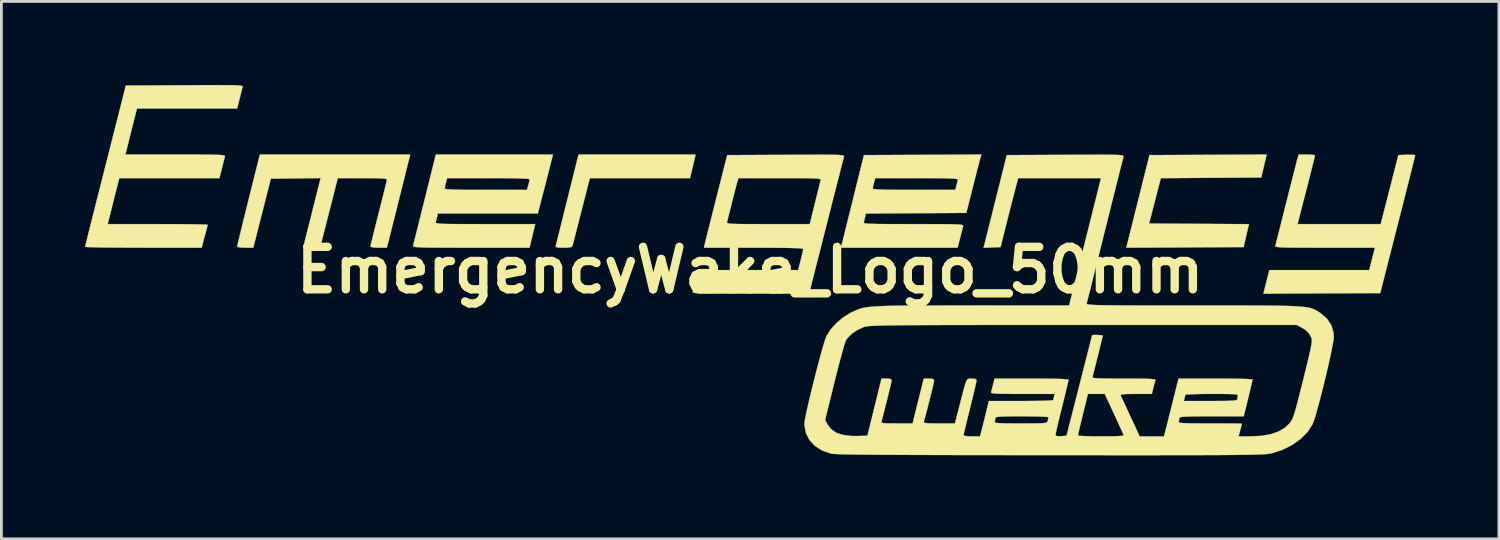
<source format=kicad_pcb>
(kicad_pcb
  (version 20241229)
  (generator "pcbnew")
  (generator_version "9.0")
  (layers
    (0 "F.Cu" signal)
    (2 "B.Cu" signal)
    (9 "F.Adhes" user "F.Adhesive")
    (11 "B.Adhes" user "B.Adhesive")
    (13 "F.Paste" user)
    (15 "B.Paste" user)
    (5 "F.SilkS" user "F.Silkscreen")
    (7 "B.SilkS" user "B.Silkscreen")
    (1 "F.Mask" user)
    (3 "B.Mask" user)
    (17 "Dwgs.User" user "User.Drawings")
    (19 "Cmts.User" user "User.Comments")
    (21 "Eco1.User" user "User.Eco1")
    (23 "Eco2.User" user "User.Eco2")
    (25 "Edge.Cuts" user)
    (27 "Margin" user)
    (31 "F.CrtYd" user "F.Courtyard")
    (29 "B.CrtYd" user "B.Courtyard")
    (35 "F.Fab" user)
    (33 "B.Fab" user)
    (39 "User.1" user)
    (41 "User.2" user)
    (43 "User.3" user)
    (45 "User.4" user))
  (footprint "EmergencyWake_Logo_50mm"
    (layer "F.Cu")
    (at 23.879 6.646)
    (property "Reference" "EmergencyWake_Logo_50mm" (at 0 0 0) (layer "F.SilkS") (effects (font (size 1.524 1.524) (thickness 0.3))))
    (attr through_hole)
    (fp_poly (pts (xy 18.52 -4.054) (xy 18.499 -3.967) (xy 18.466 -3.826) (xy 18.427 -3.66) (xy 18.423 -3.641) (xy 18.349 -3.323) (xy 16.547 -3.312) (xy 14.744 -3.301) (xy 14.533 -2.487) (xy 14.322 -1.672) (xy 16.115 -1.661) (xy 17.908 -1.65) (xy 17.885 -1.555) (xy 17.864 -1.469) (xy 17.831 -1.328) (xy 17.792 -1.162) (xy 17.788 -1.143) (xy 17.714 -0.826) (xy 13.503 -0.804) (xy 13.532 -0.92) (xy 13.549 -0.987) (xy 13.584 -1.126) (xy 13.634 -1.327) (xy 13.698 -1.581) (xy 13.772 -1.877) (xy 13.854 -2.206) (xy 13.942 -2.558) (xy 13.948 -2.582) (xy 14.335 -4.128) (xy 16.439 -4.138) (xy 18.544 -4.149) (xy 18.52 -4.054)) (stroke (width 0.01) (type solid)) (fill yes) (layer "F.SilkS"))
    (fp_poly (pts (xy -2.019 -3.884) (xy -2.058 -3.714) (xy -2.098 -3.551) (xy -2.121 -3.461) (xy -2.162 -3.302) (xy -5.754 -3.302) (xy -5.795 -3.143) (xy -5.817 -3.058) (xy -5.856 -2.905) (xy -5.909 -2.696) (xy -5.973 -2.446) (xy -6.044 -2.167) (xy -6.095 -1.968) (xy -6.167 -1.684) (xy -6.234 -1.425) (xy -6.291 -1.202) (xy -6.336 -1.028) (xy -6.366 -0.915) (xy -6.376 -0.878) (xy -6.402 -0.839) (xy -6.462 -0.816) (xy -6.576 -0.806) (xy -6.696 -0.804) (xy -6.852 -0.807) (xy -6.94 -0.817) (xy -6.976 -0.838) (xy -6.976 -0.876) (xy -6.976 -0.878) (xy -6.962 -0.935) (xy -6.929 -1.064) (xy -6.881 -1.257) (xy -6.82 -1.504) (xy -6.747 -1.795) (xy -6.666 -2.122) (xy -6.578 -2.474) (xy -6.559 -2.551) (xy -6.161 -4.149) (xy -1.959 -4.149) (xy -2.019 -3.884)) (stroke (width 0.01) (type solid)) (fill yes) (layer "F.SilkS"))
    (fp_poly (pts (xy -12.58 -2.635) (xy -12.668 -2.284) (xy -12.751 -1.952) (xy -12.826 -1.652) (xy -12.892 -1.392) (xy -12.944 -1.183) (xy -12.981 -1.037) (xy -13 -0.963) (xy -13.042 -0.804) (xy -13.337 -0.804) (xy -13.496 -0.81) (xy -13.599 -0.827) (xy -13.631 -0.849) (xy -13.621 -0.9) (xy -13.592 -1.022) (xy -13.548 -1.204) (xy -13.49 -1.436) (xy -13.422 -1.706) (xy -13.346 -2.004) (xy -13.335 -2.047) (xy -13.258 -2.348) (xy -13.189 -2.624) (xy -13.129 -2.863) (xy -13.083 -3.054) (xy -13.052 -3.186) (xy -13.039 -3.249) (xy -13.039 -3.252) (xy -13.063 -3.27) (xy -13.141 -3.283) (xy -13.279 -3.293) (xy -13.485 -3.299) (xy -13.765 -3.302) (xy -13.921 -3.302) (xy -14.803 -3.302) (xy -15.433 -0.826) (xy -15.739 -0.813) (xy -15.887 -0.809) (xy -15.995 -0.808) (xy -16.043 -0.812) (xy -16.043 -0.813) (xy -16.033 -0.856) (xy -16.005 -0.97) (xy -15.961 -1.147) (xy -15.904 -1.375) (xy -15.836 -1.644) (xy -15.76 -1.945) (xy -15.73 -2.065) (xy -15.419 -3.304) (xy -16.312 -3.292) (xy -17.206 -3.281) (xy -17.521 -2.043) (xy -17.836 -0.804) (xy -18.125 -0.804) (xy -18.277 -0.81) (xy -18.379 -0.826) (xy -18.415 -0.847) (xy -18.405 -0.896) (xy -18.377 -1.019) (xy -18.332 -1.205) (xy -18.273 -1.446) (xy -18.203 -1.734) (xy -18.122 -2.058) (xy -18.035 -2.41) (xy -18.008 -2.519) (xy -17.6 -4.149) (xy -12.202 -4.149) (xy -12.58 -2.635)) (stroke (width 0.01) (type solid)) (fill yes) (layer "F.SilkS"))
    (fp_poly (pts (xy 20.129 -4.144) (xy 20.234 -4.133) (xy 20.277 -4.118) (xy 20.277 -4.117) (xy 20.267 -4.069) (xy 20.238 -3.95) (xy 20.194 -3.77) (xy 20.135 -3.539) (xy 20.067 -3.268) (xy 19.99 -2.967) (xy 19.964 -2.868) (xy 19.652 -1.651) (xy 22.636 -1.651) (xy 22.953 -2.889) (xy 23.27 -4.128) (xy 23.573 -4.14) (xy 23.72 -4.142) (xy 23.828 -4.135) (xy 23.874 -4.121) (xy 23.874 -4.119) (xy 23.864 -4.073) (xy 23.834 -3.952) (xy 23.787 -3.764) (xy 23.725 -3.515) (xy 23.648 -3.213) (xy 23.56 -2.865) (xy 23.462 -2.479) (xy 23.356 -2.061) (xy 23.246 -1.63) (xy 22.619 0.826) (xy 20.522 0.836) (xy 18.425 0.847) (xy 18.531 0.424) (xy 18.637 0) (xy 22.222 0) (xy 22.263 -0.159) (xy 22.298 -0.292) (xy 22.341 -0.46) (xy 22.366 -0.561) (xy 22.429 -0.804) (xy 20.631 -0.804) (xy 20.193 -0.804) (xy 19.833 -0.805) (xy 19.543 -0.807) (xy 19.315 -0.809) (xy 19.143 -0.814) (xy 19.018 -0.82) (xy 18.934 -0.828) (xy 18.884 -0.838) (xy 18.859 -0.851) (xy 18.853 -0.867) (xy 18.855 -0.878) (xy 18.87 -0.936) (xy 18.903 -1.065) (xy 18.952 -1.257) (xy 19.014 -1.501) (xy 19.086 -1.787) (xy 19.166 -2.106) (xy 19.238 -2.392) (xy 19.324 -2.735) (xy 19.406 -3.058) (xy 19.48 -3.35) (xy 19.544 -3.601) (xy 19.594 -3.799) (xy 19.629 -3.934) (xy 19.644 -3.99) (xy 19.689 -4.149) (xy 19.983 -4.149) (xy 20.129 -4.144)) (stroke (width 0.01) (type solid)) (fill yes) (layer "F.SilkS"))
    (fp_poly (pts (xy -7.305 -3.257) (xy -7.375 -2.983) (xy -7.441 -2.728) (xy -7.499 -2.505) (xy -7.544 -2.33) (xy -7.573 -2.218) (xy -7.579 -2.198) (xy -7.623 -2.032) (xy -11.209 -2.032) (xy -11.237 -1.916) (xy -11.266 -1.801) (xy -11.287 -1.725) (xy -11.288 -1.707) (xy -11.275 -1.692) (xy -11.241 -1.68) (xy -11.178 -1.671) (xy -11.08 -1.664) (xy -10.937 -1.658) (xy -10.744 -1.655) (xy -10.493 -1.653) (xy -10.176 -1.652) (xy -9.787 -1.651) (xy -9.511 -1.651) (xy -7.713 -1.651) (xy -7.789 -1.344) (xy -7.83 -1.176) (xy -7.867 -1.025) (xy -7.891 -0.923) (xy -7.891 -0.921) (xy -7.918 -0.804) (xy -10.018 -0.804) (xy -10.494 -0.804) (xy -10.892 -0.805) (xy -11.219 -0.806) (xy -11.482 -0.808) (xy -11.688 -0.812) (xy -11.843 -0.817) (xy -11.954 -0.823) (xy -12.029 -0.831) (xy -12.073 -0.842) (xy -12.095 -0.855) (xy -12.1 -0.87) (xy -12.098 -0.878) (xy -12.084 -0.935) (xy -12.052 -1.064) (xy -12.004 -1.257) (xy -11.942 -1.504) (xy -11.869 -1.795) (xy -11.788 -2.122) (xy -11.7 -2.474) (xy -11.681 -2.551) (xy -11.586 -2.932) (xy -10.964 -2.932) (xy -10.947 -2.917) (xy -10.889 -2.905) (xy -10.785 -2.896) (xy -10.628 -2.889) (xy -10.411 -2.884) (xy -10.128 -2.88) (xy -9.771 -2.879) (xy -9.489 -2.879) (xy -8.014 -2.879) (xy -7.965 -3.042) (xy -7.934 -3.158) (xy -7.917 -3.242) (xy -7.916 -3.254) (xy -7.943 -3.268) (xy -8.025 -3.279) (xy -8.168 -3.288) (xy -8.377 -3.294) (xy -8.657 -3.299) (xy -9.012 -3.301) (xy -9.396 -3.302) (xy -10.876 -3.302) (xy -10.92 -3.143) (xy -10.949 -3.027) (xy -10.964 -2.942) (xy -10.964 -2.932) (xy -11.586 -2.932) (xy -11.283 -4.149) (xy -7.077 -4.149) (xy -7.305 -3.257)) (stroke (width 0.01) (type solid)) (fill yes) (layer "F.SilkS"))
    (fp_poly (pts (xy 8.273 -4.055) (xy 8.255 -3.988) (xy 8.219 -3.852) (xy 8.169 -3.66) (xy 8.108 -3.424) (xy 8.041 -3.159) (xy 8.002 -3.007) (xy 7.761 -2.053) (xy 5.959 -2.042) (xy 4.158 -2.031) (xy 4.13 -1.915) (xy 4.101 -1.8) (xy 4.08 -1.725) (xy 4.079 -1.707) (xy 4.092 -1.692) (xy 4.126 -1.68) (xy 4.188 -1.671) (xy 4.287 -1.664) (xy 4.429 -1.659) (xy 4.622 -1.655) (xy 4.873 -1.653) (xy 5.189 -1.652) (xy 5.577 -1.651) (xy 5.863 -1.651) (xy 6.302 -1.651) (xy 6.663 -1.65) (xy 6.954 -1.649) (xy 7.182 -1.646) (xy 7.355 -1.642) (xy 7.481 -1.636) (xy 7.565 -1.628) (xy 7.616 -1.618) (xy 7.642 -1.605) (xy 7.649 -1.589) (xy 7.647 -1.577) (xy 7.623 -1.489) (xy 7.591 -1.364) (xy 7.583 -1.333) (xy 7.543 -1.176) (xy 7.5 -1.008) (xy 7.494 -0.984) (xy 7.447 -0.804) (xy 3.258 -0.804) (xy 3.288 -0.921) (xy 3.305 -0.987) (xy 3.34 -1.126) (xy 3.39 -1.328) (xy 3.453 -1.581) (xy 3.527 -1.878) (xy 3.609 -2.207) (xy 3.696 -2.559) (xy 3.702 -2.582) (xy 3.788 -2.932) (xy 4.403 -2.932) (xy 4.42 -2.917) (xy 4.478 -2.905) (xy 4.581 -2.896) (xy 4.738 -2.889) (xy 4.955 -2.884) (xy 5.239 -2.881) (xy 5.596 -2.879) (xy 5.882 -2.879) (xy 7.362 -2.879) (xy 7.406 -3.037) (xy 7.435 -3.154) (xy 7.45 -3.239) (xy 7.45 -3.249) (xy 7.433 -3.264) (xy 7.376 -3.276) (xy 7.272 -3.285) (xy 7.115 -3.292) (xy 6.898 -3.297) (xy 6.615 -3.3) (xy 6.258 -3.302) (xy 5.971 -3.302) (xy 4.491 -3.302) (xy 4.447 -3.143) (xy 4.418 -3.027) (xy 4.403 -2.942) (xy 4.403 -2.932) (xy 3.788 -2.932) (xy 4.085 -4.128) (xy 6.194 -4.138) (xy 8.303 -4.149) (xy 8.273 -4.055)) (stroke (width 0.01) (type solid)) (fill yes) (layer "F.SilkS"))
    (fp_poly (pts (xy -18.837 -6.64) (xy -18.631 -6.638) (xy -18.475 -6.634) (xy -18.363 -6.628) (xy -18.288 -6.62) (xy -18.244 -6.61) (xy -18.222 -6.598) (xy -18.217 -6.582) (xy -18.219 -6.573) (xy -18.243 -6.486) (xy -18.275 -6.359) (xy -18.285 -6.318) (xy -18.326 -6.156) (xy -18.369 -5.991) (xy -18.374 -5.969) (xy -18.418 -5.8) (xy -22.01 -5.8) (xy -22.052 -5.641) (xy -22.076 -5.545) (xy -22.117 -5.386) (xy -22.169 -5.181) (xy -22.227 -4.949) (xy -22.26 -4.815) (xy -22.427 -4.149) (xy -20.63 -4.149) (xy -20.192 -4.149) (xy -19.832 -4.148) (xy -19.542 -4.146) (xy -19.315 -4.144) (xy -19.142 -4.139) (xy -19.018 -4.133) (xy -18.934 -4.125) (xy -18.883 -4.115) (xy -18.859 -4.102) (xy -18.852 -4.086) (xy -18.854 -4.075) (xy -18.878 -3.988) (xy -18.91 -3.862) (xy -18.92 -3.821) (xy -18.961 -3.658) (xy -19.004 -3.493) (xy -19.009 -3.471) (xy -19.053 -3.302) (xy -22.645 -3.302) (xy -22.687 -3.143) (xy -22.711 -3.048) (xy -22.752 -2.888) (xy -22.804 -2.684) (xy -22.862 -2.452) (xy -22.895 -2.318) (xy -23.062 -1.651) (xy -21.268 -1.651) (xy -20.887 -1.65) (xy -20.534 -1.649) (xy -20.217 -1.646) (xy -19.946 -1.643) (xy -19.727 -1.639) (xy -19.571 -1.634) (xy -19.487 -1.629) (xy -19.473 -1.626) (xy -19.484 -1.574) (xy -19.511 -1.468) (xy -19.535 -1.382) (xy -19.581 -1.214) (xy -19.627 -1.044) (xy -19.642 -0.984) (xy -19.688 -0.804) (xy -21.782 -0.804) (xy -22.194 -0.805) (xy -22.579 -0.807) (xy -22.929 -0.81) (xy -23.236 -0.813) (xy -23.492 -0.818) (xy -23.689 -0.823) (xy -23.819 -0.829) (xy -23.873 -0.835) (xy -23.874 -0.836) (xy -23.864 -0.881) (xy -23.834 -1.002) (xy -23.787 -1.192) (xy -23.724 -1.443) (xy -23.647 -1.75) (xy -23.557 -2.106) (xy -23.457 -2.504) (xy -23.347 -2.937) (xy -23.23 -3.399) (xy -23.142 -3.747) (xy -22.412 -6.625) (xy -20.305 -6.636) (xy -19.828 -6.639) (xy -19.429 -6.64) (xy -19.101 -6.641) (xy -18.837 -6.64)) (stroke (width 0.01) (type solid)) (fill yes) (layer "F.SilkS"))
    (fp_poly (pts (xy 2.752 -4.142) (xy 2.958 -4.14) (xy 3.114 -4.136) (xy 3.226 -4.13) (xy 3.301 -4.123) (xy 3.346 -4.112) (xy 3.367 -4.1) (xy 3.372 -4.085) (xy 3.37 -4.075) (xy 3.355 -4.021) (xy 3.322 -3.893) (xy 3.272 -3.698) (xy 3.207 -3.444) (xy 3.129 -3.139) (xy 3.04 -2.79) (xy 2.942 -2.406) (xy 2.837 -1.993) (xy 2.772 -1.736) (xy 2.663 -1.307) (xy 2.559 -0.899) (xy 2.463 -0.52) (xy 2.376 -0.178) (xy 2.3 0.119) (xy 2.238 0.362) (xy 2.192 0.545) (xy 2.163 0.658) (xy 2.155 0.688) (xy 2.113 0.847) (xy 0.017 0.847) (xy -0.459 0.847) (xy -0.857 0.846) (xy -1.183 0.845) (xy -1.446 0.843) (xy -1.651 0.839) (xy -1.806 0.834) (xy -1.917 0.828) (xy -1.991 0.82) (xy -2.035 0.809) (xy -2.056 0.796) (xy -2.06 0.781) (xy -2.059 0.773) (xy -2.035 0.684) (xy -2.003 0.56) (xy -1.995 0.529) (xy -1.955 0.371) (xy -1.912 0.204) (xy -1.906 0.18) (xy -1.859 0) (xy 1.725 0) (xy 1.815 -0.358) (xy 1.856 -0.525) (xy 1.887 -0.662) (xy 1.903 -0.746) (xy 1.905 -0.76) (xy 1.865 -0.773) (xy 1.745 -0.783) (xy 1.545 -0.791) (xy 1.263 -0.798) (xy 0.898 -0.802) (xy 0.45 -0.804) (xy 0.124 -0.804) (xy -1.658 -0.804) (xy -1.632 -0.921) (xy -1.616 -0.987) (xy -1.582 -1.126) (xy -1.532 -1.327) (xy -1.468 -1.581) (xy -1.437 -1.705) (xy -0.832 -1.705) (xy -0.818 -1.69) (xy -0.781 -1.677) (xy -0.714 -1.668) (xy -0.606 -1.661) (xy -0.452 -1.656) (xy -0.242 -1.653) (xy 0.031 -1.652) (xy 0.376 -1.651) (xy 0.644 -1.651) (xy 2.14 -1.651) (xy 2.326 -2.402) (xy 2.386 -2.647) (xy 2.441 -2.867) (xy 2.486 -3.047) (xy 2.517 -3.173) (xy 2.531 -3.228) (xy 2.531 -3.248) (xy 2.517 -3.263) (xy 2.479 -3.276) (xy 2.411 -3.285) (xy 2.302 -3.292) (xy 2.147 -3.297) (xy 1.935 -3.3) (xy 1.66 -3.301) (xy 1.314 -3.302) (xy 1.067 -3.302) (xy -0.417 -3.302) (xy -0.461 -3.164) (xy -0.486 -3.075) (xy -0.527 -2.921) (xy -0.578 -2.723) (xy -0.635 -2.5) (xy -0.656 -2.413) (xy -0.711 -2.191) (xy -0.761 -1.995) (xy -0.8 -1.84) (xy -0.825 -1.744) (xy -0.83 -1.725) (xy -0.832 -1.705) (xy -1.437 -1.705) (xy -1.393 -1.877) (xy -1.311 -2.205) (xy -1.222 -2.557) (xy -1.215 -2.582) (xy -0.824 -4.128) (xy 1.284 -4.138) (xy 1.761 -4.141) (xy 2.16 -4.142) (xy 2.488 -4.143) (xy 2.752 -4.142)) (stroke (width 0.01) (type solid)) (fill yes) (layer "F.SilkS"))
    (fp_poly (pts (xy 12.786 -4.142) (xy 12.992 -4.14) (xy 13.148 -4.136) (xy 13.26 -4.13) (xy 13.334 -4.123) (xy 13.379 -4.112) (xy 13.4 -4.1) (xy 13.405 -4.085) (xy 13.403 -4.075) (xy 13.389 -4.022) (xy 13.357 -3.893) (xy 13.307 -3.698) (xy 13.243 -3.441) (xy 13.165 -3.132) (xy 13.076 -2.776) (xy 12.977 -2.382) (xy 12.871 -1.956) (xy 12.759 -1.506) (xy 12.742 -1.439) (xy 12.629 -0.986) (xy 12.522 -0.557) (xy 12.422 -0.157) (xy 12.332 0.204) (xy 12.252 0.521) (xy 12.186 0.785) (xy 12.134 0.99) (xy 12.099 1.129) (xy 12.082 1.193) (xy 12.082 1.196) (xy 12.081 1.209) (xy 12.091 1.22) (xy 12.117 1.229) (xy 12.163 1.238) (xy 12.235 1.245) (xy 12.338 1.251) (xy 12.477 1.256) (xy 12.657 1.26) (xy 12.883 1.263) (xy 13.16 1.266) (xy 13.493 1.267) (xy 13.888 1.269) (xy 14.349 1.269) (xy 14.881 1.27) (xy 15.489 1.27) (xy 15.906 1.27) (xy 16.59 1.27) (xy 17.195 1.27) (xy 17.726 1.271) (xy 18.188 1.272) (xy 18.588 1.275) (xy 18.93 1.279) (xy 19.22 1.285) (xy 19.462 1.293) (xy 19.664 1.304) (xy 19.829 1.317) (xy 19.964 1.334) (xy 20.074 1.354) (xy 20.164 1.378) (xy 20.239 1.405) (xy 20.306 1.438) (xy 20.368 1.475) (xy 20.433 1.517) (xy 20.478 1.547) (xy 20.707 1.743) (xy 20.863 1.977) (xy 20.943 2.244) (xy 20.954 2.392) (xy 20.943 2.504) (xy 20.912 2.684) (xy 20.865 2.921) (xy 20.805 3.201) (xy 20.735 3.511) (xy 20.658 3.838) (xy 20.577 4.171) (xy 20.495 4.495) (xy 20.416 4.798) (xy 20.341 5.068) (xy 20.276 5.29) (xy 20.222 5.454) (xy 20.192 5.528) (xy 20.014 5.806) (xy 19.765 6.059) (xy 19.457 6.278) (xy 19.103 6.453) (xy 18.764 6.565) (xy 18.722 6.575) (xy 18.678 6.584) (xy 18.627 6.592) (xy 18.566 6.6) (xy 18.49 6.607) (xy 18.397 6.613) (xy 18.281 6.618) (xy 18.14 6.623) (xy 17.97 6.627) (xy 17.767 6.631) (xy 17.526 6.634) (xy 17.245 6.636) (xy 16.92 6.639) (xy 16.546 6.64) (xy 16.12 6.642) (xy 15.638 6.643) (xy 15.097 6.643) (xy 14.492 6.644) (xy 13.82 6.644) (xy 13.077 6.644) (xy 12.259 6.643) (xy 11.362 6.643) (xy 10.778 6.643) (xy 9.783 6.642) (xy 8.87 6.641) (xy 8.036 6.64) (xy 7.277 6.639) (xy 6.591 6.637) (xy 5.974 6.635) (xy 5.423 6.633) (xy 4.936 6.631) (xy 4.509 6.628) (xy 4.14 6.624) (xy 3.825 6.621) (xy 3.561 6.616) (xy 3.345 6.612) (xy 3.174 6.607) (xy 3.046 6.601) (xy 2.956 6.595) (xy 2.902 6.588) (xy 2.895 6.587) (xy 2.583 6.476) (xy 2.326 6.311) (xy 2.131 6.101) (xy 2.003 5.851) (xy 1.949 5.568) (xy 1.947 5.513) (xy 1.958 5.418) (xy 1.965 5.382) (xy 2.691 5.382) (xy 2.774 5.535) (xy 2.908 5.711) (xy 3.094 5.839) (xy 3.337 5.919) (xy 3.645 5.955) (xy 3.851 5.956) (xy 4.209 5.948) (xy 4.715 3.895) (xy 4.898 3.895) (xy 5.022 3.904) (xy 5.076 3.936) (xy 5.08 3.956) (xy 5.07 4.011) (xy 5.043 4.131) (xy 5.003 4.301) (xy 4.953 4.504) (xy 4.898 4.724) (xy 4.843 4.944) (xy 4.79 5.149) (xy 4.745 5.321) (xy 4.715 5.429) (xy 4.712 5.459) (xy 4.734 5.48) (xy 4.793 5.493) (xy 4.901 5.5) (xy 5.071 5.503) (xy 5.263 5.503) (xy 5.832 5.503) (xy 6.032 4.699) (xy 6.233 3.895) (xy 6.419 3.895) (xy 6.538 3.902) (xy 6.594 3.928) (xy 6.604 3.966) (xy 6.594 4.024) (xy 6.566 4.148) (xy 6.526 4.32) (xy 6.476 4.525) (xy 6.42 4.745) (xy 6.364 4.965) (xy 6.311 5.167) (xy 6.266 5.336) (xy 6.239 5.429) (xy 6.237 5.459) (xy 6.258 5.48) (xy 6.317 5.493) (xy 6.425 5.5) (xy 6.594 5.503) (xy 6.785 5.503) (xy 7.353 5.503) (xy 7.535 4.794) (xy 7.61 4.501) (xy 7.668 4.279) (xy 7.713 4.119) (xy 7.751 4.011) (xy 7.785 3.944) (xy 7.822 3.909) (xy 7.864 3.896) (xy 7.918 3.894) (xy 7.958 3.895) (xy 8.075 3.905) (xy 8.124 3.938) (xy 8.128 3.96) (xy 8.118 4.018) (xy 8.09 4.146) (xy 8.047 4.33) (xy 7.992 4.559) (xy 7.929 4.819) (xy 7.895 4.953) (xy 7.828 5.222) (xy 7.769 5.465) (xy 7.72 5.668) (xy 7.684 5.82) (xy 7.665 5.909) (xy 7.662 5.925) (xy 7.702 5.949) (xy 7.81 5.964) (xy 7.957 5.969) (xy 8.251 5.969) (xy 8.289 5.831) (xy 8.314 5.736) (xy 8.353 5.58) (xy 8.383 5.458) (xy 8.779 5.458) (xy 8.801 5.475) (xy 8.857 5.487) (xy 8.955 5.495) (xy 9.106 5.5) (xy 9.319 5.502) (xy 9.604 5.503) (xy 9.706 5.503) (xy 10.013 5.503) (xy 10.246 5.502) (xy 10.416 5.499) (xy 10.533 5.492) (xy 10.607 5.482) (xy 10.649 5.466) (xy 10.671 5.444) (xy 10.682 5.415) (xy 10.684 5.408) (xy 10.704 5.32) (xy 10.71 5.281) (xy 10.67 5.272) (xy 10.557 5.264) (xy 10.383 5.257) (xy 10.16 5.252) (xy 9.901 5.25) (xy 9.758 5.249) (xy 9.444 5.25) (xy 9.205 5.253) (xy 9.031 5.258) (xy 8.914 5.266) (xy 8.844 5.278) (xy 8.811 5.295) (xy 8.805 5.309) (xy 8.79 5.402) (xy 8.78 5.436) (xy 8.779 5.458) (xy 8.383 5.458) (xy 8.401 5.387) (xy 8.448 5.196) (xy 8.569 4.699) (xy 9.724 4.699) (xy 10.027 4.698) (xy 10.3 4.695) (xy 10.533 4.69) (xy 10.715 4.684) (xy 10.834 4.676) (xy 10.88 4.668) (xy 10.88 4.667) (xy 10.891 4.605) (xy 10.906 4.54) (xy 10.932 4.445) (xy 9.781 4.445) (xy 9.439 4.445) (xy 9.172 4.443) (xy 8.972 4.44) (xy 8.83 4.435) (xy 8.735 4.427) (xy 8.68 4.416) (xy 8.654 4.401) (xy 8.65 4.381) (xy 8.652 4.371) (xy 8.675 4.287) (xy 8.708 4.159) (xy 8.724 4.096) (xy 8.773 3.895) (xy 10.102 3.895) (xy 10.533 3.896) (xy 10.88 3.9) (xy 11.143 3.907) (xy 11.321 3.917) (xy 11.414 3.929) (xy 11.43 3.938) (xy 11.42 3.991) (xy 11.392 4.112) (xy 11.35 4.292) (xy 11.295 4.516) (xy 11.231 4.774) (xy 11.197 4.911) (xy 11.13 5.182) (xy 11.07 5.428) (xy 11.021 5.636) (xy 10.986 5.793) (xy 10.967 5.887) (xy 10.964 5.906) (xy 10.982 5.947) (xy 11.046 5.964) (xy 11.161 5.961) (xy 11.358 5.948) (xy 11.361 5.937) (xy 11.768 5.937) (xy 11.808 5.947) (xy 11.921 5.956) (xy 12.092 5.962) (xy 12.31 5.967) (xy 12.56 5.969) (xy 12.599 5.969) (xy 12.894 5.968) (xy 13.114 5.964) (xy 13.267 5.957) (xy 13.36 5.946) (xy 13.403 5.931) (xy 13.407 5.916) (xy 13.383 5.862) (xy 13.33 5.745) (xy 13.253 5.577) (xy 13.158 5.372) (xy 13.058 5.154) (xy 12.73 4.445) (xy 12.126 4.445) (xy 11.946 5.175) (xy 11.888 5.413) (xy 11.838 5.622) (xy 11.799 5.788) (xy 11.775 5.898) (xy 11.768 5.937) (xy 11.361 5.937) (xy 11.816 4.149) (xy 11.912 3.773) (xy 12.001 3.423) (xy 12.081 3.108) (xy 12.15 2.836) (xy 12.206 2.615) (xy 12.247 2.453) (xy 12.271 2.36) (xy 12.276 2.339) (xy 12.314 2.33) (xy 12.403 2.327) (xy 12.512 2.331) (xy 12.607 2.338) (xy 12.656 2.349) (xy 12.658 2.351) (xy 12.648 2.397) (xy 12.622 2.509) (xy 12.582 2.671) (xy 12.535 2.866) (xy 12.482 3.078) (xy 12.429 3.291) (xy 12.379 3.489) (xy 12.337 3.655) (xy 12.306 3.773) (xy 12.293 3.821) (xy 12.291 3.843) (xy 12.306 3.86) (xy 12.348 3.873) (xy 12.424 3.882) (xy 12.545 3.888) (xy 12.719 3.892) (xy 12.956 3.894) (xy 13.265 3.895) (xy 13.421 3.895) (xy 13.776 3.895) (xy 14.054 3.898) (xy 14.263 3.903) (xy 14.409 3.91) (xy 14.501 3.92) (xy 14.545 3.934) (xy 14.552 3.948) (xy 14.531 4.017) (xy 14.498 4.136) (xy 14.476 4.223) (xy 14.42 4.445) (xy 13.852 4.445) (xy 13.613 4.447) (xy 13.449 4.453) (xy 13.351 4.464) (xy 13.307 4.482) (xy 13.304 4.498) (xy 13.328 4.552) (xy 13.381 4.669) (xy 13.458 4.837) (xy 13.553 5.042) (xy 13.654 5.26) (xy 13.983 5.969) (xy 14.856 5.969) (xy 14.898 5.81) (xy 14.92 5.722) (xy 14.96 5.566) (xy 15.012 5.358) (xy 15.074 5.113) (xy 15.141 4.846) (xy 15.159 4.773) (xy 15.177 4.699) (xy 15.569 4.699) (xy 16.526 4.699) (xy 16.841 4.698) (xy 17.081 4.696) (xy 17.255 4.69) (xy 17.373 4.682) (xy 17.444 4.67) (xy 17.477 4.654) (xy 17.484 4.639) (xy 17.499 4.546) (xy 17.509 4.512) (xy 17.51 4.49) (xy 17.488 4.474) (xy 17.433 4.462) (xy 17.334 4.454) (xy 17.184 4.449) (xy 16.971 4.446) (xy 16.686 4.445) (xy 16.578 4.445) (xy 16.304 4.446) (xy 16.06 4.45) (xy 15.859 4.456) (xy 15.712 4.463) (xy 15.632 4.472) (xy 15.62 4.477) (xy 15.61 4.539) (xy 15.594 4.604) (xy 15.569 4.699) (xy 15.177 4.699) (xy 15.378 3.895) (xy 16.706 3.895) (xy 17.031 3.896) (xy 17.328 3.898) (xy 17.586 3.903) (xy 17.795 3.908) (xy 17.944 3.915) (xy 18.024 3.922) (xy 18.035 3.926) (xy 18.026 3.976) (xy 17.999 4.094) (xy 17.96 4.264) (xy 17.91 4.472) (xy 17.878 4.604) (xy 17.719 5.249) (xy 16.564 5.249) (xy 16.215 5.25) (xy 15.942 5.252) (xy 15.736 5.256) (xy 15.588 5.263) (xy 15.491 5.272) (xy 15.435 5.284) (xy 15.411 5.301) (xy 15.409 5.309) (xy 15.394 5.402) (xy 15.384 5.436) (xy 15.383 5.456) (xy 15.404 5.472) (xy 15.456 5.484) (xy 15.547 5.492) (xy 15.688 5.498) (xy 15.885 5.501) (xy 16.149 5.503) (xy 16.489 5.503) (xy 16.505 5.503) (xy 16.807 5.504) (xy 17.079 5.505) (xy 17.311 5.506) (xy 17.491 5.509) (xy 17.608 5.511) (xy 17.652 5.514) (xy 17.652 5.514) (xy 17.642 5.557) (xy 17.617 5.657) (xy 17.593 5.747) (xy 17.534 5.969) (xy 17.924 5.969) (xy 18.338 5.951) (xy 18.683 5.894) (xy 18.968 5.796) (xy 19.203 5.654) (xy 19.353 5.514) (xy 19.394 5.466) (xy 19.43 5.413) (xy 19.465 5.347) (xy 19.501 5.259) (xy 19.541 5.138) (xy 19.588 4.977) (xy 19.645 4.765) (xy 19.714 4.495) (xy 19.8 4.156) (xy 19.85 3.955) (xy 19.945 3.572) (xy 20.021 3.263) (xy 20.078 3.018) (xy 20.12 2.829) (xy 20.147 2.687) (xy 20.161 2.584) (xy 20.164 2.511) (xy 20.158 2.459) (xy 20.15 2.434) (xy 20.067 2.276) (xy 19.94 2.151) (xy 19.791 2.059) (xy 19.622 1.968) (xy 11.959 1.968) (xy 11.012 1.969) (xy 10.145 1.969) (xy 9.356 1.969) (xy 8.64 1.969) (xy 7.994 1.97) (xy 7.415 1.971) (xy 6.897 1.972) (xy 6.438 1.973) (xy 6.034 1.975) (xy 5.681 1.977) (xy 5.375 1.98) (xy 5.114 1.983) (xy 4.892 1.986) (xy 4.706 1.99) (xy 4.553 1.994) (xy 4.429 2) (xy 4.33 2.005) (xy 4.252 2.012) (xy 4.192 2.019) (xy 4.145 2.026) (xy 4.109 2.035) (xy 4.081 2.044) (xy 3.843 2.152) (xy 3.637 2.294) (xy 3.483 2.454) (xy 3.433 2.534) (xy 3.404 2.612) (xy 3.359 2.761) (xy 3.3 2.971) (xy 3.23 3.229) (xy 3.152 3.524) (xy 3.07 3.847) (xy 3.023 4.035) (xy 2.691 5.382) (xy 1.965 5.382) (xy 1.989 5.253) (xy 2.036 5.031) (xy 2.096 4.765) (xy 2.167 4.466) (xy 2.245 4.147) (xy 2.327 3.821) (xy 2.41 3.499) (xy 2.491 3.193) (xy 2.567 2.917) (xy 2.635 2.682) (xy 2.691 2.5) (xy 2.733 2.385) (xy 2.739 2.371) (xy 2.886 2.137) (xy 3.093 1.907) (xy 3.337 1.7) (xy 3.596 1.54) (xy 3.606 1.535) (xy 3.699 1.49) (xy 3.783 1.45) (xy 3.866 1.415) (xy 3.953 1.385) (xy 4.05 1.36) (xy 4.162 1.339) (xy 4.296 1.321) (xy 4.458 1.307) (xy 4.653 1.296) (xy 4.887 1.287) (xy 5.167 1.281) (xy 5.497 1.276) (xy 5.884 1.273) (xy 6.334 1.272) (xy 6.853 1.271) (xy 7.446 1.271) (xy 7.938 1.271) (xy 11.451 1.27) (xy 12.595 -3.302) (xy 9.621 -3.302) (xy 9.464 -2.699) (xy 9.392 -2.419) (xy 9.309 -2.095) (xy 9.226 -1.768) (xy 9.153 -1.475) (xy 9.149 -1.46) (xy 8.991 -0.826) (xy 8.685 -0.813) (xy 8.379 -0.801) (xy 8.409 -0.919) (xy 8.426 -0.986) (xy 8.461 -1.125) (xy 8.512 -1.327) (xy 8.575 -1.581) (xy 8.65 -1.877) (xy 8.732 -2.207) (xy 8.82 -2.559) (xy 8.826 -2.582) (xy 9.213 -4.128) (xy 11.319 -4.138) (xy 11.796 -4.141) (xy 12.195 -4.142) (xy 12.523 -4.143) (xy 12.786 -4.142)) (stroke (width 0.01) (type solid)) (fill yes) (layer "F.SilkS")))
  (gr_rect
    (start -3 -3)
    (end 50.758 16.294)
    (stroke (width 0.1) (type default))
    (fill no)
    (layer "Edge.Cuts")))
</source>
